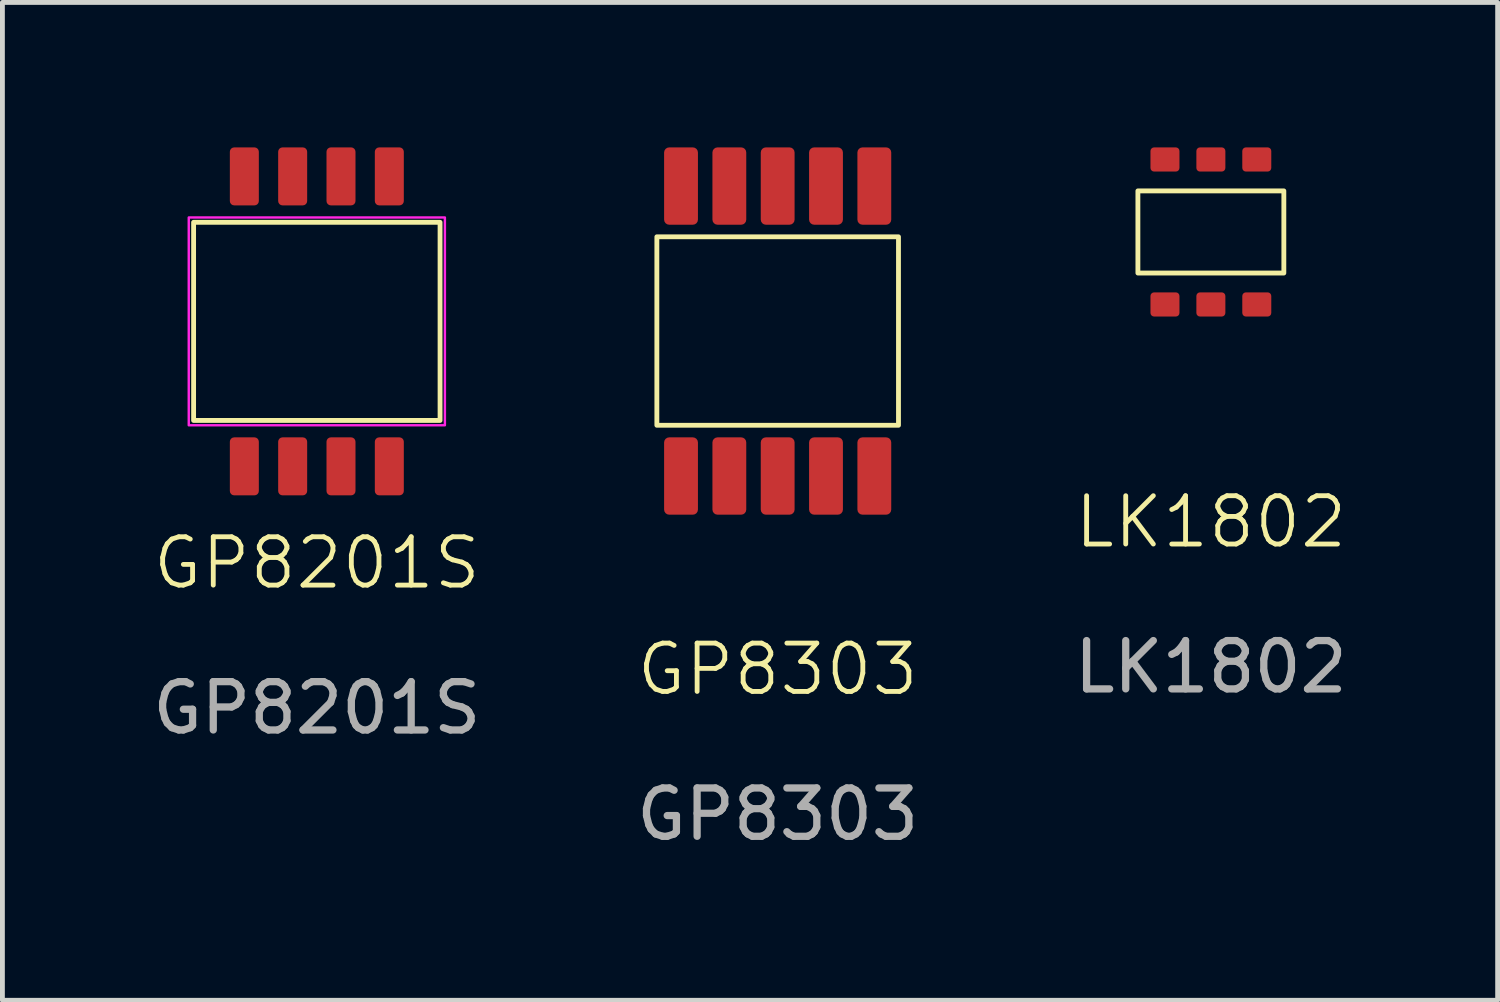
<source format=kicad_pcb>
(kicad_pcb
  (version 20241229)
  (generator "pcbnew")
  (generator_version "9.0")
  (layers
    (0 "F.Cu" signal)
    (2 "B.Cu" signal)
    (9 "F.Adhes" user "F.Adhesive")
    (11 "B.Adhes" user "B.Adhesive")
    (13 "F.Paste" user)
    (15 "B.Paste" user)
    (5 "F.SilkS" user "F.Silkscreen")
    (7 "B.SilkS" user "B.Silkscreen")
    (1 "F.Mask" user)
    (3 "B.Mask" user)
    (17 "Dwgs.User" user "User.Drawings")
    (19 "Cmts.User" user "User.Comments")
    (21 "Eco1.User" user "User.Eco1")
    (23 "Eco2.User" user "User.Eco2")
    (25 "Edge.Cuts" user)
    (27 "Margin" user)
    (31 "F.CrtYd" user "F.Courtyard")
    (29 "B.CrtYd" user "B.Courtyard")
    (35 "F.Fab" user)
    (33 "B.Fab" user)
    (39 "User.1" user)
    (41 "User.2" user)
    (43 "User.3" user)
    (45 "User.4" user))
  (footprint "LK1802"
    (layer "F.Cu")
    (at 22.006 1.75)
    (property "Reference" "LK1802" (at 0 6 0) (unlocked yes) (layer "F.SilkS") (effects (font (size 1 1) (thickness 0.1))))
    (attr smd)
    (fp_rect (start -1.51 -0.85) (end 1.51 0.85) (stroke (width 0.1) (type solid)) (fill no) (layer "F.SilkS"))
    (fp_text user "${REFERENCE}" (at 0 9 0) (unlocked yes) (layer "F.Fab") (effects (font (size 1 1) (thickness 0.15))))
    (pad "1" smd roundrect (at 0.95 1.5) (size 0.6 0.5) (layers "F.Cu" "F.Mask" "F.Paste") (roundrect_rratio 0.15))
    (pad "2" smd roundrect (at 0 1.5) (size 0.6 0.5) (layers "F.Cu" "F.Mask" "F.Paste") (roundrect_rratio 0.15))
    (pad "3" smd roundrect (at -0.95 1.5) (size 0.6 0.5) (layers "F.Cu" "F.Mask" "F.Paste") (roundrect_rratio 0.15))
    (pad "4" smd roundrect (at -0.95 -1.5) (size 0.6 0.5) (layers "F.Cu" "F.Mask" "F.Paste") (roundrect_rratio 0.15))
    (pad "5" smd roundrect (at 0 -1.5) (size 0.6 0.5) (layers "F.Cu" "F.Mask" "F.Paste") (roundrect_rratio 0.15))
    (pad "6" smd roundrect (at 0.95 -1.5) (size 0.6 0.5) (layers "F.Cu" "F.Mask" "F.Paste") (roundrect_rratio 0.15)))
  (footprint "GP8201S"
    (layer "F.Cu")
    (at 3.506 3.6)
    (property "Reference" "GP8201S" (at 0 5 0) (unlocked yes) (layer "F.SilkS") (effects (font (size 1 1) (thickness 0.1))))
    (attr smd)
    (fp_rect (start -2.55 -2.05) (end 2.55 2.05) (stroke (width 0.1) (type solid)) (fill no) (layer "F.SilkS"))
    (fp_rect (start -2.65 -2.15) (end 2.65 2.15) (stroke (width 0.05) (type solid)) (fill no) (layer "F.CrtYd"))
    (fp_text user "${REFERENCE}" (at 0 8 0) (unlocked yes) (layer "F.Fab") (effects (font (size 1 1) (thickness 0.15))))
    (pad "1" smd roundrect (at 1.5 3) (size 0.6 1.2) (layers "F.Cu" "F.Mask" "F.Paste") (roundrect_rratio 0.15))
    (pad "2" smd roundrect (at 0.5 3) (size 0.6 1.2) (layers "F.Cu" "F.Mask" "F.Paste") (roundrect_rratio 0.15))
    (pad "3" smd roundrect (at -0.5 3) (size 0.6 1.2) (layers "F.Cu" "F.Mask" "F.Paste") (roundrect_rratio 0.15))
    (pad "4" smd roundrect (at -1.5 3) (size 0.6 1.2) (layers "F.Cu" "F.Mask" "F.Paste") (roundrect_rratio 0.15))
    (pad "5" smd roundrect (at 1.5 -3) (size 0.6 1.2) (layers "F.Cu" "F.Mask" "F.Paste") (roundrect_rratio 0.15))
    (pad "6" smd roundrect (at 0.5 -3) (size 0.6 1.2) (layers "F.Cu" "F.Mask" "F.Paste") (roundrect_rratio 0.15))
    (pad "7" smd roundrect (at -0.5 -3) (size 0.6 1.2) (layers "F.Cu" "F.Mask" "F.Paste") (roundrect_rratio 0.15))
    (pad "8" smd roundrect (at -1.5 -3) (size 0.6 1.2) (layers "F.Cu" "F.Mask" "F.Paste") (roundrect_rratio 0.15)))
  (footprint "GP8303"
    (layer "F.Cu")
    (at 13.042 3.8)
    (property "Reference" "GP8303" (at 0 7 0) (unlocked yes) (layer "F.SilkS") (effects (font (size 1 1) (thickness 0.1))))
    (attr smd)
    (fp_rect (start -2.5 -1.95) (end 2.5 1.95) (stroke (width 0.1) (type solid)) (fill no) (layer "F.SilkS"))
    (fp_text user "${REFERENCE}" (at 0 10 0) (unlocked yes) (layer "F.Fab") (effects (font (size 1 1) (thickness 0.15))))
    (pad "1" smd roundrect (at 2 3) (size 0.7 1.6) (layers "F.Cu" "F.Mask" "F.Paste") (roundrect_rratio 0.15))
    (pad "2" smd roundrect (at 1 3) (size 0.7 1.6) (layers "F.Cu" "F.Mask" "F.Paste") (roundrect_rratio 0.15))
    (pad "3" smd roundrect (at 0 3) (size 0.7 1.6) (layers "F.Cu" "F.Mask" "F.Paste") (roundrect_rratio 0.15))
    (pad "4" smd roundrect (at -1 3) (size 0.7 1.6) (layers "F.Cu" "F.Mask" "F.Paste") (roundrect_rratio 0.15))
    (pad "5" smd roundrect (at -2 3) (size 0.7 1.6) (layers "F.Cu" "F.Mask" "F.Paste") (roundrect_rratio 0.15))
    (pad "6" smd roundrect (at 2 -3) (size 0.7 1.6) (layers "F.Cu" "F.Mask" "F.Paste") (roundrect_rratio 0.15))
    (pad "7" smd roundrect (at 1 -3) (size 0.7 1.6) (layers "F.Cu" "F.Mask" "F.Paste") (roundrect_rratio 0.15))
    (pad "8" smd roundrect (at 0 -3) (size 0.7 1.6) (layers "F.Cu" "F.Mask" "F.Paste") (roundrect_rratio 0.15))
    (pad "9" smd roundrect (at -1 -3) (size 0.7 1.6) (layers "F.Cu" "F.Mask" "F.Paste") (roundrect_rratio 0.15))
    (pad "10" smd roundrect (at -2 -3) (size 0.7 1.6) (layers "F.Cu" "F.Mask" "F.Paste") (roundrect_rratio 0.15)))
  (gr_rect
    (start -3 -3)
    (end 27.94 17.648)
    (stroke (width 0.1) (type default))
    (fill no)
    (layer "Edge.Cuts")))
</source>
